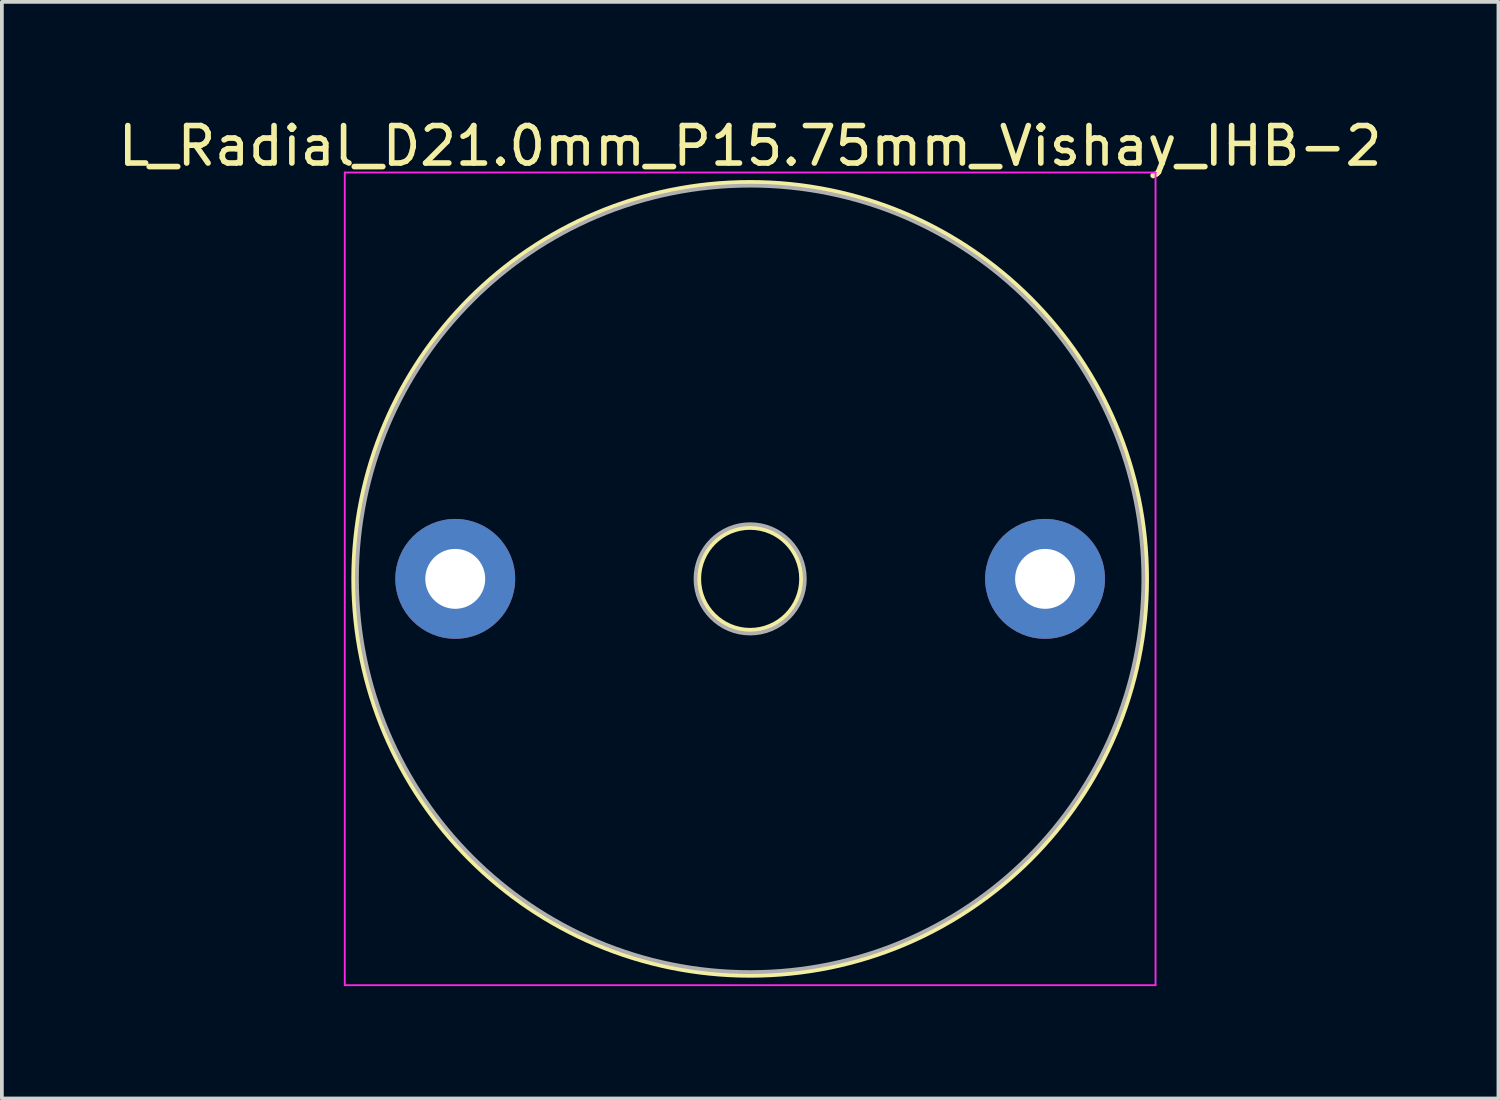
<source format=kicad_pcb>
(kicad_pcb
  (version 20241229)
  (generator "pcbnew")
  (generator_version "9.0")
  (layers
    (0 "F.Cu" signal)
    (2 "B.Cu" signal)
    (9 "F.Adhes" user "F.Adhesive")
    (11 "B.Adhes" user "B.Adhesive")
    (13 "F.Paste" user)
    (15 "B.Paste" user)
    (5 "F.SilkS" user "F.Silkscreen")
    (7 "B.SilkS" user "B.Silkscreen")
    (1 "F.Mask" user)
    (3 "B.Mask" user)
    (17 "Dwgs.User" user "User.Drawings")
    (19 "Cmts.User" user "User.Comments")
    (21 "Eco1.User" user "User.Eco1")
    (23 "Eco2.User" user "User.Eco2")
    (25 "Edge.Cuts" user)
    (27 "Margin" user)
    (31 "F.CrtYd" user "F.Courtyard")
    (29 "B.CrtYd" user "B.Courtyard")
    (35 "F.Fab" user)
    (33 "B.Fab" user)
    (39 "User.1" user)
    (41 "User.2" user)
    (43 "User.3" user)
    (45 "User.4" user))
  (footprint "L_Radial_D21.0mm_P15.75mm_Vishay_IHB-2"
    (layer "F.Cu")
    (at 9.107 12.408)
    (property "Reference" "L_Radial_D21.0mm_P15.75mm_Vishay_IHB-2" (at 7.875 -11.56 0) (layer "F.SilkS") (effects (font (size 1 1) (thickness 0.15))))
    (attr through_hole)
    (fp_circle (center 7.875 0) (end 9.245 0) (stroke (width 0.12) (type solid)) (fill no) (layer "F.SilkS"))
    (fp_circle (center 7.875 0) (end 18.465 0) (stroke (width 0.12) (type solid)) (fill no) (layer "F.SilkS"))
    (fp_line (start -2.95 -10.85) (end -2.95 10.85) (stroke (width 0.05) (type solid)) (layer "F.CrtYd"))
    (fp_line (start -2.95 10.85) (end 18.7 10.85) (stroke (width 0.05) (type solid)) (layer "F.CrtYd"))
    (fp_line (start 18.7 -10.85) (end -2.95 -10.85) (stroke (width 0.05) (type solid)) (layer "F.CrtYd"))
    (fp_line (start 18.7 10.85) (end 18.7 -10.85) (stroke (width 0.05) (type solid)) (layer "F.CrtYd"))
    (fp_circle (center 7.875 0) (end 9.335 0) (stroke (width 0.1) (type solid)) (fill no) (layer "F.Fab"))
    (fp_circle (center 7.875 0) (end 18.375 0) (stroke (width 0.1) (type solid)) (fill no) (layer "F.Fab"))
    (pad "1" thru_hole circle (at 0 0) (size 3.2 3.2) (drill 1.6) (layers "*.Cu" "*.Mask"))
    (pad "2" thru_hole circle (at 15.75 0) (size 3.2 3.2) (drill 1.6) (layers "*.Cu" "*.Mask")))
  (gr_rect
    (start -3 -3)
    (end 36.964 26.283)
    (stroke (width 0.1) (type default))
    (fill no)
    (layer "Edge.Cuts")))
</source>
